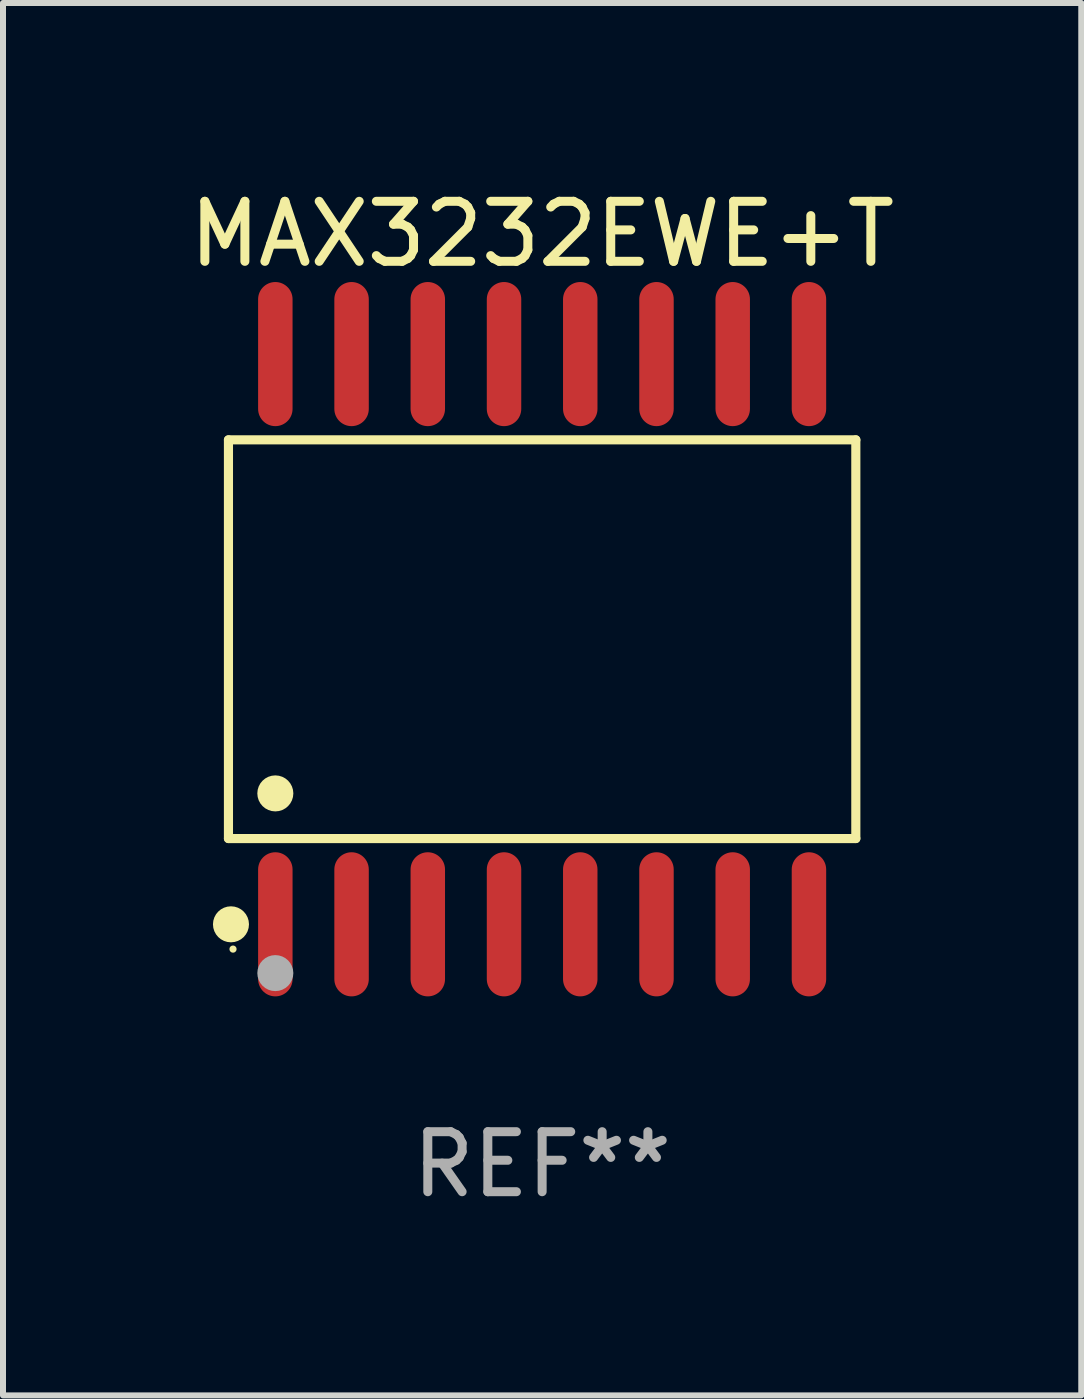
<source format=kicad_pcb>
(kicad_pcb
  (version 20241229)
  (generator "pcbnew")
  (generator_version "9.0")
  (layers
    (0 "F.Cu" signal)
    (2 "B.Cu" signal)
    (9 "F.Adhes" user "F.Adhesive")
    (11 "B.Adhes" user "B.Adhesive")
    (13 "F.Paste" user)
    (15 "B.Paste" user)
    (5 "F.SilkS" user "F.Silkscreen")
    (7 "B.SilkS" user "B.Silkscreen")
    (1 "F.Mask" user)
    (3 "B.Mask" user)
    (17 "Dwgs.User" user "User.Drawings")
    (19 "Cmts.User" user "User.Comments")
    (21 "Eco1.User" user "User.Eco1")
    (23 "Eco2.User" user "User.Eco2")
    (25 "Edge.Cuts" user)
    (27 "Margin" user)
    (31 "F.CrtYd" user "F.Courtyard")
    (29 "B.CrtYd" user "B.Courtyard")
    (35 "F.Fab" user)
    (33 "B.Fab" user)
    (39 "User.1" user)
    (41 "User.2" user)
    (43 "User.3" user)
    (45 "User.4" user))
  (footprint "MAX3232EWE+T"
    (layer "F.Cu")
    (at 5.982 7.599)
    (property "Reference" "MAX3232EWE+T" (at 0 -6.75 0) (layer "F.SilkS") (effects (font (size 1 1) (thickness 0.15))))
    (attr through_hole)
    (fp_line (start -5.226 -3.321) (end 5.226 -3.321) (stroke (width 0.152) (type solid)) (layer "F.SilkS"))
    (fp_line (start -5.226 3.321) (end -5.226 -3.321) (stroke (width 0.152) (type solid)) (layer "F.SilkS"))
    (fp_line (start 5.226 -3.321) (end 5.226 3.321) (stroke (width 0.152) (type solid)) (layer "F.SilkS"))
    (fp_line (start 5.226 3.321) (end -5.226 3.321) (stroke (width 0.152) (type solid)) (layer "F.SilkS"))
    (fp_circle (center -5.184 4.75) (end -5.034 4.75) (stroke (width 0.3) (type solid)) (fill no) (layer "F.SilkS"))
    (fp_circle (center -5.15 5.163) (end -5.12 5.163) (stroke (width 0.06) (type solid)) (fill no) (layer "F.SilkS"))
    (fp_circle (center -4.445 2.569) (end -4.295 2.569) (stroke (width 0.3) (type solid)) (fill no) (layer "F.SilkS"))
    (fp_circle (center -4.445 5.563) (end -4.295 5.563) (stroke (width 0.3) (type solid)) (fill no) (layer "F.Fab"))
    (fp_text user "REF**" (at 0 8.75 0) (layer "F.Fab") (effects (font (size 1 1) (thickness 0.15))))
    (pad "1" smd oval (at -4.445 4.75) (size 0.574 2.401) (layers "F.Cu" "F.Mask" "F.Paste"))
    (pad "2" smd oval (at -3.175 4.75) (size 0.574 2.401) (layers "F.Cu" "F.Mask" "F.Paste"))
    (pad "3" smd oval (at -1.905 4.75) (size 0.574 2.401) (layers "F.Cu" "F.Mask" "F.Paste"))
    (pad "4" smd oval (at -0.635 4.75) (size 0.574 2.401) (layers "F.Cu" "F.Mask" "F.Paste"))
    (pad "5" smd oval (at 0.635 4.75) (size 0.574 2.401) (layers "F.Cu" "F.Mask" "F.Paste"))
    (pad "6" smd oval (at 1.905 4.75) (size 0.574 2.401) (layers "F.Cu" "F.Mask" "F.Paste"))
    (pad "7" smd oval (at 3.175 4.75) (size 0.574 2.401) (layers "F.Cu" "F.Mask" "F.Paste"))
    (pad "8" smd oval (at 4.445 4.75) (size 0.574 2.401) (layers "F.Cu" "F.Mask" "F.Paste"))
    (pad "9" smd oval (at 4.445 -4.75) (size 0.574 2.401) (layers "F.Cu" "F.Mask" "F.Paste"))
    (pad "10" smd oval (at 3.175 -4.75) (size 0.574 2.401) (layers "F.Cu" "F.Mask" "F.Paste"))
    (pad "11" smd oval (at 1.905 -4.75) (size 0.574 2.401) (layers "F.Cu" "F.Mask" "F.Paste"))
    (pad "12" smd oval (at 0.635 -4.75) (size 0.574 2.401) (layers "F.Cu" "F.Mask" "F.Paste"))
    (pad "13" smd oval (at -0.635 -4.75) (size 0.574 2.401) (layers "F.Cu" "F.Mask" "F.Paste"))
    (pad "14" smd oval (at -1.905 -4.75) (size 0.574 2.401) (layers "F.Cu" "F.Mask" "F.Paste"))
    (pad "15" smd oval (at -3.175 -4.75) (size 0.574 2.401) (layers "F.Cu" "F.Mask" "F.Paste"))
    (pad "16" smd oval (at -4.445 -4.75) (size 0.574 2.401) (layers "F.Cu" "F.Mask" "F.Paste")))
  (gr_rect
    (start -3 -3)
    (end 14.964 20.197)
    (stroke (width 0.1) (type default))
    (fill no)
    (layer "Edge.Cuts")))
</source>
